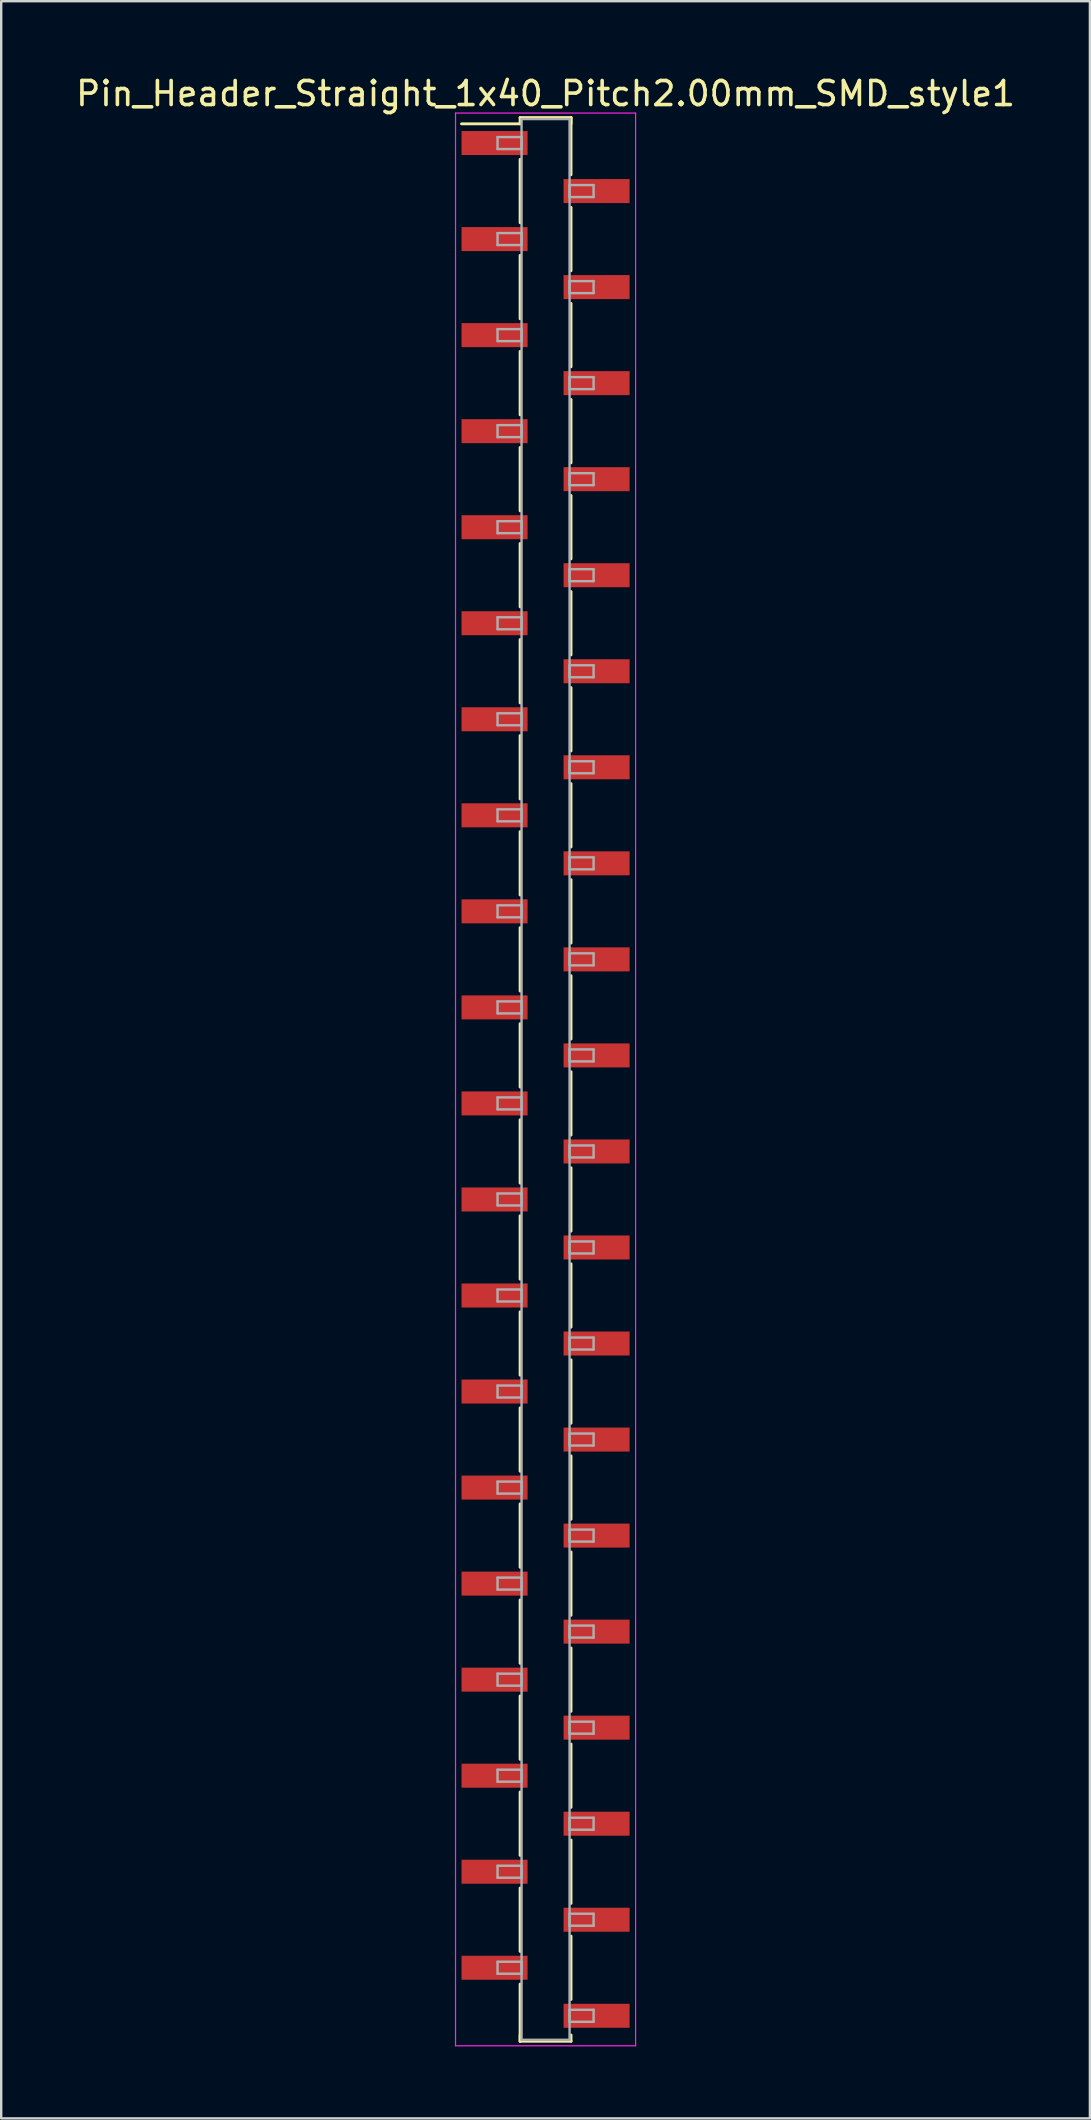
<source format=kicad_pcb>
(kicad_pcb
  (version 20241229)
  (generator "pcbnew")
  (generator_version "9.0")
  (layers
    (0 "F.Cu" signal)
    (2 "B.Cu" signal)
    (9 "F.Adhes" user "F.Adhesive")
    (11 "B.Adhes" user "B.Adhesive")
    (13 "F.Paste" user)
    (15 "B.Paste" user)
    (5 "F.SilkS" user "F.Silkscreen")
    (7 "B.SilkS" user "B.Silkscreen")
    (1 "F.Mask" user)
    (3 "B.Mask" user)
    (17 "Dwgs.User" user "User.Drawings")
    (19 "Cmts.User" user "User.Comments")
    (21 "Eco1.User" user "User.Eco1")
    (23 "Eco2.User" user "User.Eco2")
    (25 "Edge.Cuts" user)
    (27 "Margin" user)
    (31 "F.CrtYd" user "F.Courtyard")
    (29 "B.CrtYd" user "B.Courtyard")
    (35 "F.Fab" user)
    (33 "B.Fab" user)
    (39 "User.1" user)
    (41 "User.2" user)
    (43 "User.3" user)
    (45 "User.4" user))
  (footprint "Pin_Header_Straight_1x40_Pitch2.00mm_SMD_style1"
    (layer "F.Cu")
    (at 19.673 41.908)
    (property "Reference" "Pin_Header_Straight_1x40_Pitch2.00mm_SMD_style1" (at 0 -41.06 0) (layer "F.SilkS") (effects (font (size 1 1) (thickness 0.15))))
    (attr smd)
    (fp_line (start -1.06 -40.06) (end 1.06 -40.06) (stroke (width 0.12) (type solid)) (layer "F.SilkS"))
    (fp_line (start -1.06 -39.8) (end -3.5 -39.8) (stroke (width 0.12) (type solid)) (layer "F.SilkS"))
    (fp_line (start -1.06 -39.8) (end -1.06 -40.06) (stroke (width 0.12) (type solid)) (layer "F.SilkS"))
    (fp_line (start -1.06 -38.32) (end -1.06 -35.68) (stroke (width 0.12) (type solid)) (layer "F.SilkS"))
    (fp_line (start -1.06 -34.32) (end -1.06 -31.68) (stroke (width 0.12) (type solid)) (layer "F.SilkS"))
    (fp_line (start -1.06 -30.32) (end -1.06 -27.68) (stroke (width 0.12) (type solid)) (layer "F.SilkS"))
    (fp_line (start -1.06 -26.32) (end -1.06 -23.68) (stroke (width 0.12) (type solid)) (layer "F.SilkS"))
    (fp_line (start -1.06 -22.32) (end -1.06 -19.68) (stroke (width 0.12) (type solid)) (layer "F.SilkS"))
    (fp_line (start -1.06 -18.32) (end -1.06 -15.68) (stroke (width 0.12) (type solid)) (layer "F.SilkS"))
    (fp_line (start -1.06 -14.32) (end -1.06 -11.68) (stroke (width 0.12) (type solid)) (layer "F.SilkS"))
    (fp_line (start -1.06 -10.32) (end -1.06 -7.68) (stroke (width 0.12) (type solid)) (layer "F.SilkS"))
    (fp_line (start -1.06 -6.32) (end -1.06 -3.68) (stroke (width 0.12) (type solid)) (layer "F.SilkS"))
    (fp_line (start -1.06 -2.32) (end -1.06 0.32) (stroke (width 0.12) (type solid)) (layer "F.SilkS"))
    (fp_line (start -1.06 1.68) (end -1.06 4.32) (stroke (width 0.12) (type solid)) (layer "F.SilkS"))
    (fp_line (start -1.06 5.68) (end -1.06 8.32) (stroke (width 0.12) (type solid)) (layer "F.SilkS"))
    (fp_line (start -1.06 9.68) (end -1.06 12.32) (stroke (width 0.12) (type solid)) (layer "F.SilkS"))
    (fp_line (start -1.06 13.68) (end -1.06 16.32) (stroke (width 0.12) (type solid)) (layer "F.SilkS"))
    (fp_line (start -1.06 17.68) (end -1.06 20.32) (stroke (width 0.12) (type solid)) (layer "F.SilkS"))
    (fp_line (start -1.06 21.68) (end -1.06 24.32) (stroke (width 0.12) (type solid)) (layer "F.SilkS"))
    (fp_line (start -1.06 25.68) (end -1.06 28.32) (stroke (width 0.12) (type solid)) (layer "F.SilkS"))
    (fp_line (start -1.06 29.68) (end -1.06 32.32) (stroke (width 0.12) (type solid)) (layer "F.SilkS"))
    (fp_line (start -1.06 33.68) (end -1.06 36.32) (stroke (width 0.12) (type solid)) (layer "F.SilkS"))
    (fp_line (start -1.06 37.68) (end -1.06 40.06) (stroke (width 0.12) (type solid)) (layer "F.SilkS"))
    (fp_line (start -1.06 39.8) (end -1.06 40.06) (stroke (width 0.12) (type solid)) (layer "F.SilkS"))
    (fp_line (start -1.06 40.06) (end 1.06 40.06) (stroke (width 0.12) (type solid)) (layer "F.SilkS"))
    (fp_line (start 1.06 -40.06) (end 1.06 -39.8) (stroke (width 0.12) (type solid)) (layer "F.SilkS"))
    (fp_line (start 1.06 -40.06) (end 1.06 -37.68) (stroke (width 0.12) (type solid)) (layer "F.SilkS"))
    (fp_line (start 1.06 -36.32) (end 1.06 -33.68) (stroke (width 0.12) (type solid)) (layer "F.SilkS"))
    (fp_line (start 1.06 -32.32) (end 1.06 -29.68) (stroke (width 0.12) (type solid)) (layer "F.SilkS"))
    (fp_line (start 1.06 -28.32) (end 1.06 -25.68) (stroke (width 0.12) (type solid)) (layer "F.SilkS"))
    (fp_line (start 1.06 -24.32) (end 1.06 -21.68) (stroke (width 0.12) (type solid)) (layer "F.SilkS"))
    (fp_line (start 1.06 -20.32) (end 1.06 -17.68) (stroke (width 0.12) (type solid)) (layer "F.SilkS"))
    (fp_line (start 1.06 -16.32) (end 1.06 -13.68) (stroke (width 0.12) (type solid)) (layer "F.SilkS"))
    (fp_line (start 1.06 -12.32) (end 1.06 -9.68) (stroke (width 0.12) (type solid)) (layer "F.SilkS"))
    (fp_line (start 1.06 -8.32) (end 1.06 -5.68) (stroke (width 0.12) (type solid)) (layer "F.SilkS"))
    (fp_line (start 1.06 -4.32) (end 1.06 -1.68) (stroke (width 0.12) (type solid)) (layer "F.SilkS"))
    (fp_line (start 1.06 -0.32) (end 1.06 2.32) (stroke (width 0.12) (type solid)) (layer "F.SilkS"))
    (fp_line (start 1.06 3.68) (end 1.06 6.32) (stroke (width 0.12) (type solid)) (layer "F.SilkS"))
    (fp_line (start 1.06 7.68) (end 1.06 10.32) (stroke (width 0.12) (type solid)) (layer "F.SilkS"))
    (fp_line (start 1.06 11.68) (end 1.06 14.32) (stroke (width 0.12) (type solid)) (layer "F.SilkS"))
    (fp_line (start 1.06 15.68) (end 1.06 18.32) (stroke (width 0.12) (type solid)) (layer "F.SilkS"))
    (fp_line (start 1.06 19.68) (end 1.06 22.32) (stroke (width 0.12) (type solid)) (layer "F.SilkS"))
    (fp_line (start 1.06 23.68) (end 1.06 26.32) (stroke (width 0.12) (type solid)) (layer "F.SilkS"))
    (fp_line (start 1.06 27.68) (end 1.06 30.32) (stroke (width 0.12) (type solid)) (layer "F.SilkS"))
    (fp_line (start 1.06 31.68) (end 1.06 34.32) (stroke (width 0.12) (type solid)) (layer "F.SilkS"))
    (fp_line (start 1.06 35.68) (end 1.06 38.32) (stroke (width 0.12) (type solid)) (layer "F.SilkS"))
    (fp_line (start 1.06 40.06) (end 1.06 39.8) (stroke (width 0.12) (type solid)) (layer "F.SilkS"))
    (fp_line (start -3.75 -40.25) (end -3.75 40.25) (stroke (width 0.05) (type solid)) (layer "F.CrtYd"))
    (fp_line (start -3.75 40.25) (end 3.75 40.25) (stroke (width 0.05) (type solid)) (layer "F.CrtYd"))
    (fp_line (start 3.75 -40.25) (end -3.75 -40.25) (stroke (width 0.05) (type solid)) (layer "F.CrtYd"))
    (fp_line (start 3.75 40.25) (end 3.75 -40.25) (stroke (width 0.05) (type solid)) (layer "F.CrtYd"))
    (fp_line (start -2 -39.25) (end -1 -39.25) (stroke (width 0.1) (type solid)) (layer "F.Fab"))
    (fp_line (start -2 -38.75) (end -2 -39.25) (stroke (width 0.1) (type solid)) (layer "F.Fab"))
    (fp_line (start -2 -35.25) (end -1 -35.25) (stroke (width 0.1) (type solid)) (layer "F.Fab"))
    (fp_line (start -2 -34.75) (end -2 -35.25) (stroke (width 0.1) (type solid)) (layer "F.Fab"))
    (fp_line (start -2 -31.25) (end -1 -31.25) (stroke (width 0.1) (type solid)) (layer "F.Fab"))
    (fp_line (start -2 -30.75) (end -2 -31.25) (stroke (width 0.1) (type solid)) (layer "F.Fab"))
    (fp_line (start -2 -27.25) (end -1 -27.25) (stroke (width 0.1) (type solid)) (layer "F.Fab"))
    (fp_line (start -2 -26.75) (end -2 -27.25) (stroke (width 0.1) (type solid)) (layer "F.Fab"))
    (fp_line (start -2 -23.25) (end -1 -23.25) (stroke (width 0.1) (type solid)) (layer "F.Fab"))
    (fp_line (start -2 -22.75) (end -2 -23.25) (stroke (width 0.1) (type solid)) (layer "F.Fab"))
    (fp_line (start -2 -19.25) (end -1 -19.25) (stroke (width 0.1) (type solid)) (layer "F.Fab"))
    (fp_line (start -2 -18.75) (end -2 -19.25) (stroke (width 0.1) (type solid)) (layer "F.Fab"))
    (fp_line (start -2 -15.25) (end -1 -15.25) (stroke (width 0.1) (type solid)) (layer "F.Fab"))
    (fp_line (start -2 -14.75) (end -2 -15.25) (stroke (width 0.1) (type solid)) (layer "F.Fab"))
    (fp_line (start -2 -11.25) (end -1 -11.25) (stroke (width 0.1) (type solid)) (layer "F.Fab"))
    (fp_line (start -2 -10.75) (end -2 -11.25) (stroke (width 0.1) (type solid)) (layer "F.Fab"))
    (fp_line (start -2 -7.25) (end -1 -7.25) (stroke (width 0.1) (type solid)) (layer "F.Fab"))
    (fp_line (start -2 -6.75) (end -2 -7.25) (stroke (width 0.1) (type solid)) (layer "F.Fab"))
    (fp_line (start -2 -3.25) (end -1 -3.25) (stroke (width 0.1) (type solid)) (layer "F.Fab"))
    (fp_line (start -2 -2.75) (end -2 -3.25) (stroke (width 0.1) (type solid)) (layer "F.Fab"))
    (fp_line (start -2 0.75) (end -1 0.75) (stroke (width 0.1) (type solid)) (layer "F.Fab"))
    (fp_line (start -2 1.25) (end -2 0.75) (stroke (width 0.1) (type solid)) (layer "F.Fab"))
    (fp_line (start -2 4.75) (end -1 4.75) (stroke (width 0.1) (type solid)) (layer "F.Fab"))
    (fp_line (start -2 5.25) (end -2 4.75) (stroke (width 0.1) (type solid)) (layer "F.Fab"))
    (fp_line (start -2 8.75) (end -1 8.75) (stroke (width 0.1) (type solid)) (layer "F.Fab"))
    (fp_line (start -2 9.25) (end -2 8.75) (stroke (width 0.1) (type solid)) (layer "F.Fab"))
    (fp_line (start -2 12.75) (end -1 12.75) (stroke (width 0.1) (type solid)) (layer "F.Fab"))
    (fp_line (start -2 13.25) (end -2 12.75) (stroke (width 0.1) (type solid)) (layer "F.Fab"))
    (fp_line (start -2 16.75) (end -1 16.75) (stroke (width 0.1) (type solid)) (layer "F.Fab"))
    (fp_line (start -2 17.25) (end -2 16.75) (stroke (width 0.1) (type solid)) (layer "F.Fab"))
    (fp_line (start -2 20.75) (end -1 20.75) (stroke (width 0.1) (type solid)) (layer "F.Fab"))
    (fp_line (start -2 21.25) (end -2 20.75) (stroke (width 0.1) (type solid)) (layer "F.Fab"))
    (fp_line (start -2 24.75) (end -1 24.75) (stroke (width 0.1) (type solid)) (layer "F.Fab"))
    (fp_line (start -2 25.25) (end -2 24.75) (stroke (width 0.1) (type solid)) (layer "F.Fab"))
    (fp_line (start -2 28.75) (end -1 28.75) (stroke (width 0.1) (type solid)) (layer "F.Fab"))
    (fp_line (start -2 29.25) (end -2 28.75) (stroke (width 0.1) (type solid)) (layer "F.Fab"))
    (fp_line (start -2 32.75) (end -1 32.75) (stroke (width 0.1) (type solid)) (layer "F.Fab"))
    (fp_line (start -2 33.25) (end -2 32.75) (stroke (width 0.1) (type solid)) (layer "F.Fab"))
    (fp_line (start -2 36.75) (end -1 36.75) (stroke (width 0.1) (type solid)) (layer "F.Fab"))
    (fp_line (start -2 37.25) (end -2 36.75) (stroke (width 0.1) (type solid)) (layer "F.Fab"))
    (fp_line (start -1 -40) (end -1 40) (stroke (width 0.1) (type solid)) (layer "F.Fab"))
    (fp_line (start -1 -39.25) (end -1 -38.75) (stroke (width 0.1) (type solid)) (layer "F.Fab"))
    (fp_line (start -1 -38.75) (end -2 -38.75) (stroke (width 0.1) (type solid)) (layer "F.Fab"))
    (fp_line (start -1 -35.25) (end -1 -34.75) (stroke (width 0.1) (type solid)) (layer "F.Fab"))
    (fp_line (start -1 -34.75) (end -2 -34.75) (stroke (width 0.1) (type solid)) (layer "F.Fab"))
    (fp_line (start -1 -31.25) (end -1 -30.75) (stroke (width 0.1) (type solid)) (layer "F.Fab"))
    (fp_line (start -1 -30.75) (end -2 -30.75) (stroke (width 0.1) (type solid)) (layer "F.Fab"))
    (fp_line (start -1 -27.25) (end -1 -26.75) (stroke (width 0.1) (type solid)) (layer "F.Fab"))
    (fp_line (start -1 -26.75) (end -2 -26.75) (stroke (width 0.1) (type solid)) (layer "F.Fab"))
    (fp_line (start -1 -23.25) (end -1 -22.75) (stroke (width 0.1) (type solid)) (layer "F.Fab"))
    (fp_line (start -1 -22.75) (end -2 -22.75) (stroke (width 0.1) (type solid)) (layer "F.Fab"))
    (fp_line (start -1 -19.25) (end -1 -18.75) (stroke (width 0.1) (type solid)) (layer "F.Fab"))
    (fp_line (start -1 -18.75) (end -2 -18.75) (stroke (width 0.1) (type solid)) (layer "F.Fab"))
    (fp_line (start -1 -15.25) (end -1 -14.75) (stroke (width 0.1) (type solid)) (layer "F.Fab"))
    (fp_line (start -1 -14.75) (end -2 -14.75) (stroke (width 0.1) (type solid)) (layer "F.Fab"))
    (fp_line (start -1 -11.25) (end -1 -10.75) (stroke (width 0.1) (type solid)) (layer "F.Fab"))
    (fp_line (start -1 -10.75) (end -2 -10.75) (stroke (width 0.1) (type solid)) (layer "F.Fab"))
    (fp_line (start -1 -7.25) (end -1 -6.75) (stroke (width 0.1) (type solid)) (layer "F.Fab"))
    (fp_line (start -1 -6.75) (end -2 -6.75) (stroke (width 0.1) (type solid)) (layer "F.Fab"))
    (fp_line (start -1 -3.25) (end -1 -2.75) (stroke (width 0.1) (type solid)) (layer "F.Fab"))
    (fp_line (start -1 -2.75) (end -2 -2.75) (stroke (width 0.1) (type solid)) (layer "F.Fab"))
    (fp_line (start -1 0.75) (end -1 1.25) (stroke (width 0.1) (type solid)) (layer "F.Fab"))
    (fp_line (start -1 1.25) (end -2 1.25) (stroke (width 0.1) (type solid)) (layer "F.Fab"))
    (fp_line (start -1 4.75) (end -1 5.25) (stroke (width 0.1) (type solid)) (layer "F.Fab"))
    (fp_line (start -1 5.25) (end -2 5.25) (stroke (width 0.1) (type solid)) (layer "F.Fab"))
    (fp_line (start -1 8.75) (end -1 9.25) (stroke (width 0.1) (type solid)) (layer "F.Fab"))
    (fp_line (start -1 9.25) (end -2 9.25) (stroke (width 0.1) (type solid)) (layer "F.Fab"))
    (fp_line (start -1 12.75) (end -1 13.25) (stroke (width 0.1) (type solid)) (layer "F.Fab"))
    (fp_line (start -1 13.25) (end -2 13.25) (stroke (width 0.1) (type solid)) (layer "F.Fab"))
    (fp_line (start -1 16.75) (end -1 17.25) (stroke (width 0.1) (type solid)) (layer "F.Fab"))
    (fp_line (start -1 17.25) (end -2 17.25) (stroke (width 0.1) (type solid)) (layer "F.Fab"))
    (fp_line (start -1 20.75) (end -1 21.25) (stroke (width 0.1) (type solid)) (layer "F.Fab"))
    (fp_line (start -1 21.25) (end -2 21.25) (stroke (width 0.1) (type solid)) (layer "F.Fab"))
    (fp_line (start -1 24.75) (end -1 25.25) (stroke (width 0.1) (type solid)) (layer "F.Fab"))
    (fp_line (start -1 25.25) (end -2 25.25) (stroke (width 0.1) (type solid)) (layer "F.Fab"))
    (fp_line (start -1 28.75) (end -1 29.25) (stroke (width 0.1) (type solid)) (layer "F.Fab"))
    (fp_line (start -1 29.25) (end -2 29.25) (stroke (width 0.1) (type solid)) (layer "F.Fab"))
    (fp_line (start -1 32.75) (end -1 33.25) (stroke (width 0.1) (type solid)) (layer "F.Fab"))
    (fp_line (start -1 33.25) (end -2 33.25) (stroke (width 0.1) (type solid)) (layer "F.Fab"))
    (fp_line (start -1 36.75) (end -1 37.25) (stroke (width 0.1) (type solid)) (layer "F.Fab"))
    (fp_line (start -1 37.25) (end -2 37.25) (stroke (width 0.1) (type solid)) (layer "F.Fab"))
    (fp_line (start -1 40) (end 1 40) (stroke (width 0.1) (type solid)) (layer "F.Fab"))
    (fp_line (start 1 -40) (end -1 -40) (stroke (width 0.1) (type solid)) (layer "F.Fab"))
    (fp_line (start 1 -37.25) (end 1 -36.75) (stroke (width 0.1) (type solid)) (layer "F.Fab"))
    (fp_line (start 1 -36.75) (end 2 -36.75) (stroke (width 0.1) (type solid)) (layer "F.Fab"))
    (fp_line (start 1 -33.25) (end 1 -32.75) (stroke (width 0.1) (type solid)) (layer "F.Fab"))
    (fp_line (start 1 -32.75) (end 2 -32.75) (stroke (width 0.1) (type solid)) (layer "F.Fab"))
    (fp_line (start 1 -29.25) (end 1 -28.75) (stroke (width 0.1) (type solid)) (layer "F.Fab"))
    (fp_line (start 1 -28.75) (end 2 -28.75) (stroke (width 0.1) (type solid)) (layer "F.Fab"))
    (fp_line (start 1 -25.25) (end 1 -24.75) (stroke (width 0.1) (type solid)) (layer "F.Fab"))
    (fp_line (start 1 -24.75) (end 2 -24.75) (stroke (width 0.1) (type solid)) (layer "F.Fab"))
    (fp_line (start 1 -21.25) (end 1 -20.75) (stroke (width 0.1) (type solid)) (layer "F.Fab"))
    (fp_line (start 1 -20.75) (end 2 -20.75) (stroke (width 0.1) (type solid)) (layer "F.Fab"))
    (fp_line (start 1 -17.25) (end 1 -16.75) (stroke (width 0.1) (type solid)) (layer "F.Fab"))
    (fp_line (start 1 -16.75) (end 2 -16.75) (stroke (width 0.1) (type solid)) (layer "F.Fab"))
    (fp_line (start 1 -13.25) (end 1 -12.75) (stroke (width 0.1) (type solid)) (layer "F.Fab"))
    (fp_line (start 1 -12.75) (end 2 -12.75) (stroke (width 0.1) (type solid)) (layer "F.Fab"))
    (fp_line (start 1 -9.25) (end 1 -8.75) (stroke (width 0.1) (type solid)) (layer "F.Fab"))
    (fp_line (start 1 -8.75) (end 2 -8.75) (stroke (width 0.1) (type solid)) (layer "F.Fab"))
    (fp_line (start 1 -5.25) (end 1 -4.75) (stroke (width 0.1) (type solid)) (layer "F.Fab"))
    (fp_line (start 1 -4.75) (end 2 -4.75) (stroke (width 0.1) (type solid)) (layer "F.Fab"))
    (fp_line (start 1 -1.25) (end 1 -0.75) (stroke (width 0.1) (type solid)) (layer "F.Fab"))
    (fp_line (start 1 -0.75) (end 2 -0.75) (stroke (width 0.1) (type solid)) (layer "F.Fab"))
    (fp_line (start 1 2.75) (end 1 3.25) (stroke (width 0.1) (type solid)) (layer "F.Fab"))
    (fp_line (start 1 3.25) (end 2 3.25) (stroke (width 0.1) (type solid)) (layer "F.Fab"))
    (fp_line (start 1 6.75) (end 1 7.25) (stroke (width 0.1) (type solid)) (layer "F.Fab"))
    (fp_line (start 1 7.25) (end 2 7.25) (stroke (width 0.1) (type solid)) (layer "F.Fab"))
    (fp_line (start 1 10.75) (end 1 11.25) (stroke (width 0.1) (type solid)) (layer "F.Fab"))
    (fp_line (start 1 11.25) (end 2 11.25) (stroke (width 0.1) (type solid)) (layer "F.Fab"))
    (fp_line (start 1 14.75) (end 1 15.25) (stroke (width 0.1) (type solid)) (layer "F.Fab"))
    (fp_line (start 1 15.25) (end 2 15.25) (stroke (width 0.1) (type solid)) (layer "F.Fab"))
    (fp_line (start 1 18.75) (end 1 19.25) (stroke (width 0.1) (type solid)) (layer "F.Fab"))
    (fp_line (start 1 19.25) (end 2 19.25) (stroke (width 0.1) (type solid)) (layer "F.Fab"))
    (fp_line (start 1 22.75) (end 1 23.25) (stroke (width 0.1) (type solid)) (layer "F.Fab"))
    (fp_line (start 1 23.25) (end 2 23.25) (stroke (width 0.1) (type solid)) (layer "F.Fab"))
    (fp_line (start 1 26.75) (end 1 27.25) (stroke (width 0.1) (type solid)) (layer "F.Fab"))
    (fp_line (start 1 27.25) (end 2 27.25) (stroke (width 0.1) (type solid)) (layer "F.Fab"))
    (fp_line (start 1 30.75) (end 1 31.25) (stroke (width 0.1) (type solid)) (layer "F.Fab"))
    (fp_line (start 1 31.25) (end 2 31.25) (stroke (width 0.1) (type solid)) (layer "F.Fab"))
    (fp_line (start 1 34.75) (end 1 35.25) (stroke (width 0.1) (type solid)) (layer "F.Fab"))
    (fp_line (start 1 35.25) (end 2 35.25) (stroke (width 0.1) (type solid)) (layer "F.Fab"))
    (fp_line (start 1 38.75) (end 1 39.25) (stroke (width 0.1) (type solid)) (layer "F.Fab"))
    (fp_line (start 1 39.25) (end 2 39.25) (stroke (width 0.1) (type solid)) (layer "F.Fab"))
    (fp_line (start 1 40) (end 1 -40) (stroke (width 0.1) (type solid)) (layer "F.Fab"))
    (fp_line (start 2 -37.25) (end 1 -37.25) (stroke (width 0.1) (type solid)) (layer "F.Fab"))
    (fp_line (start 2 -36.75) (end 2 -37.25) (stroke (width 0.1) (type solid)) (layer "F.Fab"))
    (fp_line (start 2 -33.25) (end 1 -33.25) (stroke (width 0.1) (type solid)) (layer "F.Fab"))
    (fp_line (start 2 -32.75) (end 2 -33.25) (stroke (width 0.1) (type solid)) (layer "F.Fab"))
    (fp_line (start 2 -29.25) (end 1 -29.25) (stroke (width 0.1) (type solid)) (layer "F.Fab"))
    (fp_line (start 2 -28.75) (end 2 -29.25) (stroke (width 0.1) (type solid)) (layer "F.Fab"))
    (fp_line (start 2 -25.25) (end 1 -25.25) (stroke (width 0.1) (type solid)) (layer "F.Fab"))
    (fp_line (start 2 -24.75) (end 2 -25.25) (stroke (width 0.1) (type solid)) (layer "F.Fab"))
    (fp_line (start 2 -21.25) (end 1 -21.25) (stroke (width 0.1) (type solid)) (layer "F.Fab"))
    (fp_line (start 2 -20.75) (end 2 -21.25) (stroke (width 0.1) (type solid)) (layer "F.Fab"))
    (fp_line (start 2 -17.25) (end 1 -17.25) (stroke (width 0.1) (type solid)) (layer "F.Fab"))
    (fp_line (start 2 -16.75) (end 2 -17.25) (stroke (width 0.1) (type solid)) (layer "F.Fab"))
    (fp_line (start 2 -13.25) (end 1 -13.25) (stroke (width 0.1) (type solid)) (layer "F.Fab"))
    (fp_line (start 2 -12.75) (end 2 -13.25) (stroke (width 0.1) (type solid)) (layer "F.Fab"))
    (fp_line (start 2 -9.25) (end 1 -9.25) (stroke (width 0.1) (type solid)) (layer "F.Fab"))
    (fp_line (start 2 -8.75) (end 2 -9.25) (stroke (width 0.1) (type solid)) (layer "F.Fab"))
    (fp_line (start 2 -5.25) (end 1 -5.25) (stroke (width 0.1) (type solid)) (layer "F.Fab"))
    (fp_line (start 2 -4.75) (end 2 -5.25) (stroke (width 0.1) (type solid)) (layer "F.Fab"))
    (fp_line (start 2 -1.25) (end 1 -1.25) (stroke (width 0.1) (type solid)) (layer "F.Fab"))
    (fp_line (start 2 -0.75) (end 2 -1.25) (stroke (width 0.1) (type solid)) (layer "F.Fab"))
    (fp_line (start 2 2.75) (end 1 2.75) (stroke (width 0.1) (type solid)) (layer "F.Fab"))
    (fp_line (start 2 3.25) (end 2 2.75) (stroke (width 0.1) (type solid)) (layer "F.Fab"))
    (fp_line (start 2 6.75) (end 1 6.75) (stroke (width 0.1) (type solid)) (layer "F.Fab"))
    (fp_line (start 2 7.25) (end 2 6.75) (stroke (width 0.1) (type solid)) (layer "F.Fab"))
    (fp_line (start 2 10.75) (end 1 10.75) (stroke (width 0.1) (type solid)) (layer "F.Fab"))
    (fp_line (start 2 11.25) (end 2 10.75) (stroke (width 0.1) (type solid)) (layer "F.Fab"))
    (fp_line (start 2 14.75) (end 1 14.75) (stroke (width 0.1) (type solid)) (layer "F.Fab"))
    (fp_line (start 2 15.25) (end 2 14.75) (stroke (width 0.1) (type solid)) (layer "F.Fab"))
    (fp_line (start 2 18.75) (end 1 18.75) (stroke (width 0.1) (type solid)) (layer "F.Fab"))
    (fp_line (start 2 19.25) (end 2 18.75) (stroke (width 0.1) (type solid)) (layer "F.Fab"))
    (fp_line (start 2 22.75) (end 1 22.75) (stroke (width 0.1) (type solid)) (layer "F.Fab"))
    (fp_line (start 2 23.25) (end 2 22.75) (stroke (width 0.1) (type solid)) (layer "F.Fab"))
    (fp_line (start 2 26.75) (end 1 26.75) (stroke (width 0.1) (type solid)) (layer "F.Fab"))
    (fp_line (start 2 27.25) (end 2 26.75) (stroke (width 0.1) (type solid)) (layer "F.Fab"))
    (fp_line (start 2 30.75) (end 1 30.75) (stroke (width 0.1) (type solid)) (layer "F.Fab"))
    (fp_line (start 2 31.25) (end 2 30.75) (stroke (width 0.1) (type solid)) (layer "F.Fab"))
    (fp_line (start 2 34.75) (end 1 34.75) (stroke (width 0.1) (type solid)) (layer "F.Fab"))
    (fp_line (start 2 35.25) (end 2 34.75) (stroke (width 0.1) (type solid)) (layer "F.Fab"))
    (fp_line (start 2 38.75) (end 1 38.75) (stroke (width 0.1) (type solid)) (layer "F.Fab"))
    (fp_line (start 2 39.25) (end 2 38.75) (stroke (width 0.1) (type solid)) (layer "F.Fab"))
    (pad "1" smd rect (at -2.125 -39) (size 2.75 1) (layers "F.Cu" "F.Mask"))
    (pad "2" smd rect (at 2.125 -37) (size 2.75 1) (layers "F.Cu" "F.Mask"))
    (pad "3" smd rect (at -2.125 -35) (size 2.75 1) (layers "F.Cu" "F.Mask"))
    (pad "4" smd rect (at 2.125 -33) (size 2.75 1) (layers "F.Cu" "F.Mask"))
    (pad "5" smd rect (at -2.125 -31) (size 2.75 1) (layers "F.Cu" "F.Mask"))
    (pad "6" smd rect (at 2.125 -29) (size 2.75 1) (layers "F.Cu" "F.Mask"))
    (pad "7" smd rect (at -2.125 -27) (size 2.75 1) (layers "F.Cu" "F.Mask"))
    (pad "8" smd rect (at 2.125 -25) (size 2.75 1) (layers "F.Cu" "F.Mask"))
    (pad "9" smd rect (at -2.125 -23) (size 2.75 1) (layers "F.Cu" "F.Mask"))
    (pad "10" smd rect (at 2.125 -21) (size 2.75 1) (layers "F.Cu" "F.Mask"))
    (pad "11" smd rect (at -2.125 -19) (size 2.75 1) (layers "F.Cu" "F.Mask"))
    (pad "12" smd rect (at 2.125 -17) (size 2.75 1) (layers "F.Cu" "F.Mask"))
    (pad "13" smd rect (at -2.125 -15) (size 2.75 1) (layers "F.Cu" "F.Mask"))
    (pad "14" smd rect (at 2.125 -13) (size 2.75 1) (layers "F.Cu" "F.Mask"))
    (pad "15" smd rect (at -2.125 -11) (size 2.75 1) (layers "F.Cu" "F.Mask"))
    (pad "16" smd rect (at 2.125 -9) (size 2.75 1) (layers "F.Cu" "F.Mask"))
    (pad "17" smd rect (at -2.125 -7) (size 2.75 1) (layers "F.Cu" "F.Mask"))
    (pad "18" smd rect (at 2.125 -5) (size 2.75 1) (layers "F.Cu" "F.Mask"))
    (pad "19" smd rect (at -2.125 -3) (size 2.75 1) (layers "F.Cu" "F.Mask"))
    (pad "20" smd rect (at 2.125 -1) (size 2.75 1) (layers "F.Cu" "F.Mask"))
    (pad "21" smd rect (at -2.125 1) (size 2.75 1) (layers "F.Cu" "F.Mask"))
    (pad "22" smd rect (at 2.125 3) (size 2.75 1) (layers "F.Cu" "F.Mask"))
    (pad "23" smd rect (at -2.125 5) (size 2.75 1) (layers "F.Cu" "F.Mask"))
    (pad "24" smd rect (at 2.125 7) (size 2.75 1) (layers "F.Cu" "F.Mask"))
    (pad "25" smd rect (at -2.125 9) (size 2.75 1) (layers "F.Cu" "F.Mask"))
    (pad "26" smd rect (at 2.125 11) (size 2.75 1) (layers "F.Cu" "F.Mask"))
    (pad "27" smd rect (at -2.125 13) (size 2.75 1) (layers "F.Cu" "F.Mask"))
    (pad "28" smd rect (at 2.125 15) (size 2.75 1) (layers "F.Cu" "F.Mask"))
    (pad "29" smd rect (at -2.125 17) (size 2.75 1) (layers "F.Cu" "F.Mask"))
    (pad "30" smd rect (at 2.125 19) (size 2.75 1) (layers "F.Cu" "F.Mask"))
    (pad "31" smd rect (at -2.125 21) (size 2.75 1) (layers "F.Cu" "F.Mask"))
    (pad "32" smd rect (at 2.125 23) (size 2.75 1) (layers "F.Cu" "F.Mask"))
    (pad "33" smd rect (at -2.125 25) (size 2.75 1) (layers "F.Cu" "F.Mask"))
    (pad "34" smd rect (at 2.125 27) (size 2.75 1) (layers "F.Cu" "F.Mask"))
    (pad "35" smd rect (at -2.125 29) (size 2.75 1) (layers "F.Cu" "F.Mask"))
    (pad "36" smd rect (at 2.125 31) (size 2.75 1) (layers "F.Cu" "F.Mask"))
    (pad "37" smd rect (at -2.125 33) (size 2.75 1) (layers "F.Cu" "F.Mask"))
    (pad "38" smd rect (at 2.125 35) (size 2.75 1) (layers "F.Cu" "F.Mask"))
    (pad "39" smd rect (at -2.125 37) (size 2.75 1) (layers "F.Cu" "F.Mask"))
    (pad "40" smd rect (at 2.125 39) (size 2.75 1) (layers "F.Cu" "F.Mask")))
  (gr_rect
    (start -3 -3)
    (end 42.345 85.183)
    (stroke (width 0.1) (type default))
    (fill no)
    (layer "Edge.Cuts")))
</source>
